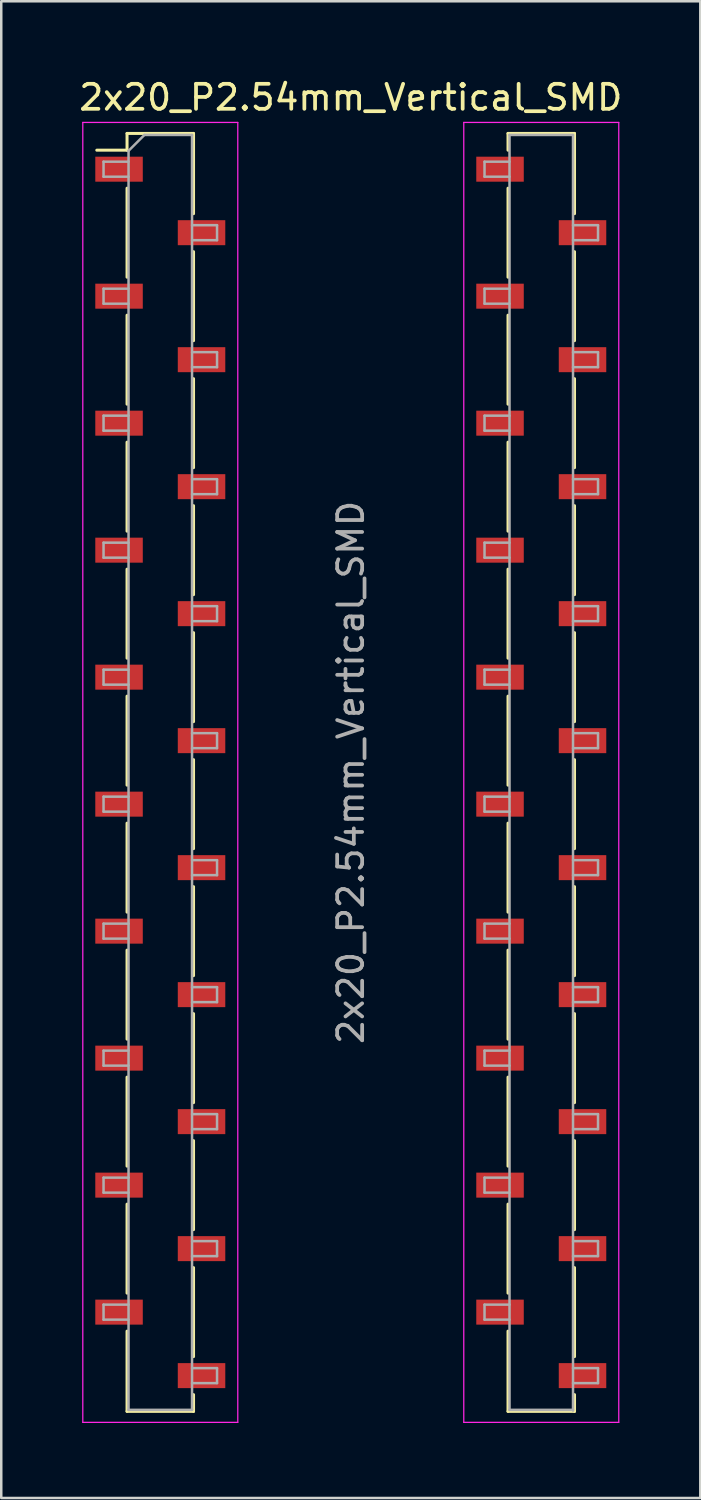
<source format=kicad_pcb>
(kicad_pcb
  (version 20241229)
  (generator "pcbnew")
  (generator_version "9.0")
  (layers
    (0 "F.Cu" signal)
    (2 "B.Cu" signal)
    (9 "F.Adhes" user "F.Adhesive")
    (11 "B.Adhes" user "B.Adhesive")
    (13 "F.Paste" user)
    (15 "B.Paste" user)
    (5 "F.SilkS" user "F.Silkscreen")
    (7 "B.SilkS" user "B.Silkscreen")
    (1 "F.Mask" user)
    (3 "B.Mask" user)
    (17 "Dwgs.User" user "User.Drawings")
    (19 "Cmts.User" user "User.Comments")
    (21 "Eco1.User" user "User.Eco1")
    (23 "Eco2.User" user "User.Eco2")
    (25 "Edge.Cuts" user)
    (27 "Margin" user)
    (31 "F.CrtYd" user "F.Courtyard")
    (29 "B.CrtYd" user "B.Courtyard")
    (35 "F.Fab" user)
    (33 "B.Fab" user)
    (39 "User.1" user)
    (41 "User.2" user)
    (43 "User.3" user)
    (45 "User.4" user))
  (footprint "2x20_P2.54mm_Vertical_SMD"
    (layer "F.Cu")
    (at 10.982 27.848)
    (property "Reference" "2x20_P2.54mm_Vertical_SMD" (at 0 -27 0) (layer "F.SilkS") (effects (font (size 1 1) (thickness 0.15))))
    (attr smd)
    (fp_line (start -10.16 -24.89) (end -8.95 -24.89) (stroke (width 0.12) (type solid)) (layer "F.SilkS"))
    (fp_line (start -8.95 -25.56) (end -8.95 -24.89) (stroke (width 0.12) (type solid)) (layer "F.SilkS"))
    (fp_line (start -8.95 -25.56) (end -6.29 -25.56) (stroke (width 0.12) (type solid)) (layer "F.SilkS"))
    (fp_line (start -8.95 -23.37) (end -8.95 -19.81) (stroke (width 0.12) (type solid)) (layer "F.SilkS"))
    (fp_line (start -8.95 -18.29) (end -8.95 -14.73) (stroke (width 0.12) (type solid)) (layer "F.SilkS"))
    (fp_line (start -8.95 -13.21) (end -8.95 -9.65) (stroke (width 0.12) (type solid)) (layer "F.SilkS"))
    (fp_line (start -8.95 -8.13) (end -8.95 -4.57) (stroke (width 0.12) (type solid)) (layer "F.SilkS"))
    (fp_line (start -8.95 -3.05) (end -8.95 0.51) (stroke (width 0.12) (type solid)) (layer "F.SilkS"))
    (fp_line (start -8.95 2.03) (end -8.95 5.59) (stroke (width 0.12) (type solid)) (layer "F.SilkS"))
    (fp_line (start -8.95 7.11) (end -8.95 10.67) (stroke (width 0.12) (type solid)) (layer "F.SilkS"))
    (fp_line (start -8.95 12.19) (end -8.95 15.75) (stroke (width 0.12) (type solid)) (layer "F.SilkS"))
    (fp_line (start -8.95 17.27) (end -8.95 20.83) (stroke (width 0.12) (type solid)) (layer "F.SilkS"))
    (fp_line (start -8.95 22.35) (end -8.95 25.56) (stroke (width 0.12) (type solid)) (layer "F.SilkS"))
    (fp_line (start -8.95 25.56) (end -6.29 25.56) (stroke (width 0.12) (type solid)) (layer "F.SilkS"))
    (fp_line (start -6.29 -25.56) (end -6.29 -22.35) (stroke (width 0.12) (type solid)) (layer "F.SilkS"))
    (fp_line (start -6.29 -20.83) (end -6.29 -17.27) (stroke (width 0.12) (type solid)) (layer "F.SilkS"))
    (fp_line (start -6.29 -15.75) (end -6.29 -12.19) (stroke (width 0.12) (type solid)) (layer "F.SilkS"))
    (fp_line (start -6.29 -10.67) (end -6.29 -7.11) (stroke (width 0.12) (type solid)) (layer "F.SilkS"))
    (fp_line (start -6.29 -5.59) (end -6.29 -2.03) (stroke (width 0.12) (type solid)) (layer "F.SilkS"))
    (fp_line (start -6.29 -0.51) (end -6.29 3.05) (stroke (width 0.12) (type solid)) (layer "F.SilkS"))
    (fp_line (start -6.29 4.57) (end -6.29 8.13) (stroke (width 0.12) (type solid)) (layer "F.SilkS"))
    (fp_line (start -6.29 9.65) (end -6.29 13.21) (stroke (width 0.12) (type solid)) (layer "F.SilkS"))
    (fp_line (start -6.29 14.73) (end -6.29 18.29) (stroke (width 0.12) (type solid)) (layer "F.SilkS"))
    (fp_line (start -6.29 19.81) (end -6.29 23.37) (stroke (width 0.12) (type solid)) (layer "F.SilkS"))
    (fp_line (start -6.29 24.89) (end -6.29 25.56) (stroke (width 0.12) (type solid)) (layer "F.SilkS"))
    (fp_line (start 6.29 -24.89) (end 6.29 -25.56) (stroke (width 0.12) (type solid)) (layer "F.SilkS"))
    (fp_line (start 6.29 -19.81) (end 6.29 -23.37) (stroke (width 0.12) (type solid)) (layer "F.SilkS"))
    (fp_line (start 6.29 -14.73) (end 6.29 -18.29) (stroke (width 0.12) (type solid)) (layer "F.SilkS"))
    (fp_line (start 6.29 -9.65) (end 6.29 -13.21) (stroke (width 0.12) (type solid)) (layer "F.SilkS"))
    (fp_line (start 6.29 -4.57) (end 6.29 -8.13) (stroke (width 0.12) (type solid)) (layer "F.SilkS"))
    (fp_line (start 6.29 0.51) (end 6.29 -3.05) (stroke (width 0.12) (type solid)) (layer "F.SilkS"))
    (fp_line (start 6.29 5.59) (end 6.29 2.03) (stroke (width 0.12) (type solid)) (layer "F.SilkS"))
    (fp_line (start 6.29 10.67) (end 6.29 7.11) (stroke (width 0.12) (type solid)) (layer "F.SilkS"))
    (fp_line (start 6.29 15.75) (end 6.29 12.19) (stroke (width 0.12) (type solid)) (layer "F.SilkS"))
    (fp_line (start 6.29 20.83) (end 6.29 17.27) (stroke (width 0.12) (type solid)) (layer "F.SilkS"))
    (fp_line (start 6.29 25.56) (end 6.29 22.35) (stroke (width 0.12) (type solid)) (layer "F.SilkS"))
    (fp_line (start 8.95 -25.56) (end 6.29 -25.56) (stroke (width 0.12) (type solid)) (layer "F.SilkS"))
    (fp_line (start 8.95 -22.35) (end 8.95 -25.56) (stroke (width 0.12) (type solid)) (layer "F.SilkS"))
    (fp_line (start 8.95 -17.27) (end 8.95 -20.83) (stroke (width 0.12) (type solid)) (layer "F.SilkS"))
    (fp_line (start 8.95 -12.19) (end 8.95 -15.75) (stroke (width 0.12) (type solid)) (layer "F.SilkS"))
    (fp_line (start 8.95 -7.11) (end 8.95 -10.67) (stroke (width 0.12) (type solid)) (layer "F.SilkS"))
    (fp_line (start 8.95 -2.03) (end 8.95 -5.59) (stroke (width 0.12) (type solid)) (layer "F.SilkS"))
    (fp_line (start 8.95 3.05) (end 8.95 -0.51) (stroke (width 0.12) (type solid)) (layer "F.SilkS"))
    (fp_line (start 8.95 8.13) (end 8.95 4.57) (stroke (width 0.12) (type solid)) (layer "F.SilkS"))
    (fp_line (start 8.95 13.21) (end 8.95 9.65) (stroke (width 0.12) (type solid)) (layer "F.SilkS"))
    (fp_line (start 8.95 18.29) (end 8.95 14.73) (stroke (width 0.12) (type solid)) (layer "F.SilkS"))
    (fp_line (start 8.95 23.37) (end 8.95 19.81) (stroke (width 0.12) (type solid)) (layer "F.SilkS"))
    (fp_line (start 8.95 25.56) (end 6.29 25.56) (stroke (width 0.12) (type solid)) (layer "F.SilkS"))
    (fp_line (start 8.95 25.56) (end 8.95 24.89) (stroke (width 0.12) (type solid)) (layer "F.SilkS"))
    (fp_line (start -10.72 -26) (end -4.52 -26) (stroke (width 0.05) (type solid)) (layer "F.CrtYd"))
    (fp_line (start -10.72 26) (end -10.72 -26) (stroke (width 0.05) (type solid)) (layer "F.CrtYd"))
    (fp_line (start -4.52 -26) (end -4.52 26) (stroke (width 0.05) (type solid)) (layer "F.CrtYd"))
    (fp_line (start -4.52 26) (end -10.72 26) (stroke (width 0.05) (type solid)) (layer "F.CrtYd"))
    (fp_line (start 4.52 -26) (end 10.72 -26) (stroke (width 0.05) (type solid)) (layer "F.CrtYd"))
    (fp_line (start 4.52 26) (end 4.52 -26) (stroke (width 0.05) (type solid)) (layer "F.CrtYd"))
    (fp_line (start 10.72 -26) (end 10.72 26) (stroke (width 0.05) (type solid)) (layer "F.CrtYd"))
    (fp_line (start 10.72 26) (end 4.52 26) (stroke (width 0.05) (type solid)) (layer "F.CrtYd"))
    (fp_line (start -9.89 -24.43) (end -8.89 -24.43) (stroke (width 0.1) (type solid)) (layer "F.Fab"))
    (fp_line (start -9.89 -23.83) (end -9.89 -24.43) (stroke (width 0.1) (type solid)) (layer "F.Fab"))
    (fp_line (start -9.89 -19.35) (end -8.89 -19.35) (stroke (width 0.1) (type solid)) (layer "F.Fab"))
    (fp_line (start -9.89 -18.75) (end -9.89 -19.35) (stroke (width 0.1) (type solid)) (layer "F.Fab"))
    (fp_line (start -9.89 -14.27) (end -8.89 -14.27) (stroke (width 0.1) (type solid)) (layer "F.Fab"))
    (fp_line (start -9.89 -13.67) (end -9.89 -14.27) (stroke (width 0.1) (type solid)) (layer "F.Fab"))
    (fp_line (start -9.89 -9.19) (end -8.89 -9.19) (stroke (width 0.1) (type solid)) (layer "F.Fab"))
    (fp_line (start -9.89 -8.59) (end -9.89 -9.19) (stroke (width 0.1) (type solid)) (layer "F.Fab"))
    (fp_line (start -9.89 -4.11) (end -8.89 -4.11) (stroke (width 0.1) (type solid)) (layer "F.Fab"))
    (fp_line (start -9.89 -3.51) (end -9.89 -4.11) (stroke (width 0.1) (type solid)) (layer "F.Fab"))
    (fp_line (start -9.89 0.97) (end -8.89 0.97) (stroke (width 0.1) (type solid)) (layer "F.Fab"))
    (fp_line (start -9.89 1.57) (end -9.89 0.97) (stroke (width 0.1) (type solid)) (layer "F.Fab"))
    (fp_line (start -9.89 6.05) (end -8.89 6.05) (stroke (width 0.1) (type solid)) (layer "F.Fab"))
    (fp_line (start -9.89 6.65) (end -9.89 6.05) (stroke (width 0.1) (type solid)) (layer "F.Fab"))
    (fp_line (start -9.89 11.13) (end -8.89 11.13) (stroke (width 0.1) (type solid)) (layer "F.Fab"))
    (fp_line (start -9.89 11.73) (end -9.89 11.13) (stroke (width 0.1) (type solid)) (layer "F.Fab"))
    (fp_line (start -9.89 16.21) (end -8.89 16.21) (stroke (width 0.1) (type solid)) (layer "F.Fab"))
    (fp_line (start -9.89 16.81) (end -9.89 16.21) (stroke (width 0.1) (type solid)) (layer "F.Fab"))
    (fp_line (start -9.89 21.29) (end -8.89 21.29) (stroke (width 0.1) (type solid)) (layer "F.Fab"))
    (fp_line (start -9.89 21.89) (end -9.89 21.29) (stroke (width 0.1) (type solid)) (layer "F.Fab"))
    (fp_line (start -8.89 -24.865) (end -8.255 -25.5) (stroke (width 0.1) (type solid)) (layer "F.Fab"))
    (fp_line (start -8.89 -23.83) (end -9.89 -23.83) (stroke (width 0.1) (type solid)) (layer "F.Fab"))
    (fp_line (start -8.89 -18.75) (end -9.89 -18.75) (stroke (width 0.1) (type solid)) (layer "F.Fab"))
    (fp_line (start -8.89 -13.67) (end -9.89 -13.67) (stroke (width 0.1) (type solid)) (layer "F.Fab"))
    (fp_line (start -8.89 -8.59) (end -9.89 -8.59) (stroke (width 0.1) (type solid)) (layer "F.Fab"))
    (fp_line (start -8.89 -3.51) (end -9.89 -3.51) (stroke (width 0.1) (type solid)) (layer "F.Fab"))
    (fp_line (start -8.89 1.57) (end -9.89 1.57) (stroke (width 0.1) (type solid)) (layer "F.Fab"))
    (fp_line (start -8.89 6.65) (end -9.89 6.65) (stroke (width 0.1) (type solid)) (layer "F.Fab"))
    (fp_line (start -8.89 11.73) (end -9.89 11.73) (stroke (width 0.1) (type solid)) (layer "F.Fab"))
    (fp_line (start -8.89 16.81) (end -9.89 16.81) (stroke (width 0.1) (type solid)) (layer "F.Fab"))
    (fp_line (start -8.89 21.89) (end -9.89 21.89) (stroke (width 0.1) (type solid)) (layer "F.Fab"))
    (fp_line (start -8.89 25.5) (end -8.89 -24.865) (stroke (width 0.1) (type solid)) (layer "F.Fab"))
    (fp_line (start -8.255 -25.5) (end -6.35 -25.5) (stroke (width 0.1) (type solid)) (layer "F.Fab"))
    (fp_line (start -6.35 -25.5) (end -6.35 25.5) (stroke (width 0.1) (type solid)) (layer "F.Fab"))
    (fp_line (start -6.35 -21.89) (end -5.35 -21.89) (stroke (width 0.1) (type solid)) (layer "F.Fab"))
    (fp_line (start -6.35 -16.81) (end -5.35 -16.81) (stroke (width 0.1) (type solid)) (layer "F.Fab"))
    (fp_line (start -6.35 -11.73) (end -5.35 -11.73) (stroke (width 0.1) (type solid)) (layer "F.Fab"))
    (fp_line (start -6.35 -6.65) (end -5.35 -6.65) (stroke (width 0.1) (type solid)) (layer "F.Fab"))
    (fp_line (start -6.35 -1.57) (end -5.35 -1.57) (stroke (width 0.1) (type solid)) (layer "F.Fab"))
    (fp_line (start -6.35 3.51) (end -5.35 3.51) (stroke (width 0.1) (type solid)) (layer "F.Fab"))
    (fp_line (start -6.35 8.59) (end -5.35 8.59) (stroke (width 0.1) (type solid)) (layer "F.Fab"))
    (fp_line (start -6.35 13.67) (end -5.35 13.67) (stroke (width 0.1) (type solid)) (layer "F.Fab"))
    (fp_line (start -6.35 18.75) (end -5.35 18.75) (stroke (width 0.1) (type solid)) (layer "F.Fab"))
    (fp_line (start -6.35 23.83) (end -5.35 23.83) (stroke (width 0.1) (type solid)) (layer "F.Fab"))
    (fp_line (start -6.35 25.5) (end -8.89 25.5) (stroke (width 0.1) (type solid)) (layer "F.Fab"))
    (fp_line (start -5.35 -21.89) (end -5.35 -21.29) (stroke (width 0.1) (type solid)) (layer "F.Fab"))
    (fp_line (start -5.35 -21.29) (end -6.35 -21.29) (stroke (width 0.1) (type solid)) (layer "F.Fab"))
    (fp_line (start -5.35 -16.81) (end -5.35 -16.21) (stroke (width 0.1) (type solid)) (layer "F.Fab"))
    (fp_line (start -5.35 -16.21) (end -6.35 -16.21) (stroke (width 0.1) (type solid)) (layer "F.Fab"))
    (fp_line (start -5.35 -11.73) (end -5.35 -11.13) (stroke (width 0.1) (type solid)) (layer "F.Fab"))
    (fp_line (start -5.35 -11.13) (end -6.35 -11.13) (stroke (width 0.1) (type solid)) (layer "F.Fab"))
    (fp_line (start -5.35 -6.65) (end -5.35 -6.05) (stroke (width 0.1) (type solid)) (layer "F.Fab"))
    (fp_line (start -5.35 -6.05) (end -6.35 -6.05) (stroke (width 0.1) (type solid)) (layer "F.Fab"))
    (fp_line (start -5.35 -1.57) (end -5.35 -0.97) (stroke (width 0.1) (type solid)) (layer "F.Fab"))
    (fp_line (start -5.35 -0.97) (end -6.35 -0.97) (stroke (width 0.1) (type solid)) (layer "F.Fab"))
    (fp_line (start -5.35 3.51) (end -5.35 4.11) (stroke (width 0.1) (type solid)) (layer "F.Fab"))
    (fp_line (start -5.35 4.11) (end -6.35 4.11) (stroke (width 0.1) (type solid)) (layer "F.Fab"))
    (fp_line (start -5.35 8.59) (end -5.35 9.19) (stroke (width 0.1) (type solid)) (layer "F.Fab"))
    (fp_line (start -5.35 9.19) (end -6.35 9.19) (stroke (width 0.1) (type solid)) (layer "F.Fab"))
    (fp_line (start -5.35 13.67) (end -5.35 14.27) (stroke (width 0.1) (type solid)) (layer "F.Fab"))
    (fp_line (start -5.35 14.27) (end -6.35 14.27) (stroke (width 0.1) (type solid)) (layer "F.Fab"))
    (fp_line (start -5.35 18.75) (end -5.35 19.35) (stroke (width 0.1) (type solid)) (layer "F.Fab"))
    (fp_line (start -5.35 19.35) (end -6.35 19.35) (stroke (width 0.1) (type solid)) (layer "F.Fab"))
    (fp_line (start -5.35 23.83) (end -5.35 24.43) (stroke (width 0.1) (type solid)) (layer "F.Fab"))
    (fp_line (start -5.35 24.43) (end -6.35 24.43) (stroke (width 0.1) (type solid)) (layer "F.Fab"))
    (fp_line (start 5.35 -24.43) (end 6.35 -24.43) (stroke (width 0.1) (type solid)) (layer "F.Fab"))
    (fp_line (start 5.35 -23.83) (end 5.35 -24.43) (stroke (width 0.1) (type solid)) (layer "F.Fab"))
    (fp_line (start 5.35 -19.35) (end 6.35 -19.35) (stroke (width 0.1) (type solid)) (layer "F.Fab"))
    (fp_line (start 5.35 -18.75) (end 5.35 -19.35) (stroke (width 0.1) (type solid)) (layer "F.Fab"))
    (fp_line (start 5.35 -14.27) (end 6.35 -14.27) (stroke (width 0.1) (type solid)) (layer "F.Fab"))
    (fp_line (start 5.35 -13.67) (end 5.35 -14.27) (stroke (width 0.1) (type solid)) (layer "F.Fab"))
    (fp_line (start 5.35 -9.19) (end 6.35 -9.19) (stroke (width 0.1) (type solid)) (layer "F.Fab"))
    (fp_line (start 5.35 -8.59) (end 5.35 -9.19) (stroke (width 0.1) (type solid)) (layer "F.Fab"))
    (fp_line (start 5.35 -4.11) (end 6.35 -4.11) (stroke (width 0.1) (type solid)) (layer "F.Fab"))
    (fp_line (start 5.35 -3.51) (end 5.35 -4.11) (stroke (width 0.1) (type solid)) (layer "F.Fab"))
    (fp_line (start 5.35 0.97) (end 6.35 0.97) (stroke (width 0.1) (type solid)) (layer "F.Fab"))
    (fp_line (start 5.35 1.57) (end 5.35 0.97) (stroke (width 0.1) (type solid)) (layer "F.Fab"))
    (fp_line (start 5.35 6.05) (end 6.35 6.05) (stroke (width 0.1) (type solid)) (layer "F.Fab"))
    (fp_line (start 5.35 6.65) (end 5.35 6.05) (stroke (width 0.1) (type solid)) (layer "F.Fab"))
    (fp_line (start 5.35 11.13) (end 6.35 11.13) (stroke (width 0.1) (type solid)) (layer "F.Fab"))
    (fp_line (start 5.35 11.73) (end 5.35 11.13) (stroke (width 0.1) (type solid)) (layer "F.Fab"))
    (fp_line (start 5.35 16.21) (end 6.35 16.21) (stroke (width 0.1) (type solid)) (layer "F.Fab"))
    (fp_line (start 5.35 16.81) (end 5.35 16.21) (stroke (width 0.1) (type solid)) (layer "F.Fab"))
    (fp_line (start 5.35 21.29) (end 6.35 21.29) (stroke (width 0.1) (type solid)) (layer "F.Fab"))
    (fp_line (start 5.35 21.89) (end 5.35 21.29) (stroke (width 0.1) (type solid)) (layer "F.Fab"))
    (fp_line (start 6.35 -25.5) (end 8.89 -25.5) (stroke (width 0.1) (type solid)) (layer "F.Fab"))
    (fp_line (start 6.35 -23.83) (end 5.35 -23.83) (stroke (width 0.1) (type solid)) (layer "F.Fab"))
    (fp_line (start 6.35 -18.75) (end 5.35 -18.75) (stroke (width 0.1) (type solid)) (layer "F.Fab"))
    (fp_line (start 6.35 -13.67) (end 5.35 -13.67) (stroke (width 0.1) (type solid)) (layer "F.Fab"))
    (fp_line (start 6.35 -8.59) (end 5.35 -8.59) (stroke (width 0.1) (type solid)) (layer "F.Fab"))
    (fp_line (start 6.35 -3.51) (end 5.35 -3.51) (stroke (width 0.1) (type solid)) (layer "F.Fab"))
    (fp_line (start 6.35 1.57) (end 5.35 1.57) (stroke (width 0.1) (type solid)) (layer "F.Fab"))
    (fp_line (start 6.35 6.65) (end 5.35 6.65) (stroke (width 0.1) (type solid)) (layer "F.Fab"))
    (fp_line (start 6.35 11.73) (end 5.35 11.73) (stroke (width 0.1) (type solid)) (layer "F.Fab"))
    (fp_line (start 6.35 16.81) (end 5.35 16.81) (stroke (width 0.1) (type solid)) (layer "F.Fab"))
    (fp_line (start 6.35 21.89) (end 5.35 21.89) (stroke (width 0.1) (type solid)) (layer "F.Fab"))
    (fp_line (start 6.35 25.5) (end 6.35 -25.5) (stroke (width 0.1) (type solid)) (layer "F.Fab"))
    (fp_line (start 8.89 -25.5) (end 8.89 25.527) (stroke (width 0.1) (type solid)) (layer "F.Fab"))
    (fp_line (start 8.89 -21.89) (end 9.89 -21.89) (stroke (width 0.1) (type solid)) (layer "F.Fab"))
    (fp_line (start 8.89 -16.81) (end 9.89 -16.81) (stroke (width 0.1) (type solid)) (layer "F.Fab"))
    (fp_line (start 8.89 -11.73) (end 9.89 -11.73) (stroke (width 0.1) (type solid)) (layer "F.Fab"))
    (fp_line (start 8.89 -6.65) (end 9.89 -6.65) (stroke (width 0.1) (type solid)) (layer "F.Fab"))
    (fp_line (start 8.89 -1.57) (end 9.89 -1.57) (stroke (width 0.1) (type solid)) (layer "F.Fab"))
    (fp_line (start 8.89 3.51) (end 9.89 3.51) (stroke (width 0.1) (type solid)) (layer "F.Fab"))
    (fp_line (start 8.89 8.59) (end 9.89 8.59) (stroke (width 0.1) (type solid)) (layer "F.Fab"))
    (fp_line (start 8.89 13.67) (end 9.89 13.67) (stroke (width 0.1) (type solid)) (layer "F.Fab"))
    (fp_line (start 8.89 18.75) (end 9.89 18.75) (stroke (width 0.1) (type solid)) (layer "F.Fab"))
    (fp_line (start 8.89 23.83) (end 9.89 23.83) (stroke (width 0.1) (type solid)) (layer "F.Fab"))
    (fp_line (start 8.89 25.5) (end 6.35 25.5) (stroke (width 0.1) (type solid)) (layer "F.Fab"))
    (fp_line (start 9.89 -21.89) (end 9.89 -21.29) (stroke (width 0.1) (type solid)) (layer "F.Fab"))
    (fp_line (start 9.89 -21.29) (end 8.89 -21.29) (stroke (width 0.1) (type solid)) (layer "F.Fab"))
    (fp_line (start 9.89 -16.81) (end 9.89 -16.21) (stroke (width 0.1) (type solid)) (layer "F.Fab"))
    (fp_line (start 9.89 -16.21) (end 8.89 -16.21) (stroke (width 0.1) (type solid)) (layer "F.Fab"))
    (fp_line (start 9.89 -11.73) (end 9.89 -11.13) (stroke (width 0.1) (type solid)) (layer "F.Fab"))
    (fp_line (start 9.89 -11.13) (end 8.89 -11.13) (stroke (width 0.1) (type solid)) (layer "F.Fab"))
    (fp_line (start 9.89 -6.65) (end 9.89 -6.05) (stroke (width 0.1) (type solid)) (layer "F.Fab"))
    (fp_line (start 9.89 -6.05) (end 8.89 -6.05) (stroke (width 0.1) (type solid)) (layer "F.Fab"))
    (fp_line (start 9.89 -1.57) (end 9.89 -0.97) (stroke (width 0.1) (type solid)) (layer "F.Fab"))
    (fp_line (start 9.89 -0.97) (end 8.89 -0.97) (stroke (width 0.1) (type solid)) (layer "F.Fab"))
    (fp_line (start 9.89 3.51) (end 9.89 4.11) (stroke (width 0.1) (type solid)) (layer "F.Fab"))
    (fp_line (start 9.89 4.11) (end 8.89 4.11) (stroke (width 0.1) (type solid)) (layer "F.Fab"))
    (fp_line (start 9.89 8.59) (end 9.89 9.19) (stroke (width 0.1) (type solid)) (layer "F.Fab"))
    (fp_line (start 9.89 9.19) (end 8.89 9.19) (stroke (width 0.1) (type solid)) (layer "F.Fab"))
    (fp_line (start 9.89 13.67) (end 9.89 14.27) (stroke (width 0.1) (type solid)) (layer "F.Fab"))
    (fp_line (start 9.89 14.27) (end 8.89 14.27) (stroke (width 0.1) (type solid)) (layer "F.Fab"))
    (fp_line (start 9.89 18.75) (end 9.89 19.35) (stroke (width 0.1) (type solid)) (layer "F.Fab"))
    (fp_line (start 9.89 19.35) (end 8.89 19.35) (stroke (width 0.1) (type solid)) (layer "F.Fab"))
    (fp_line (start 9.89 23.83) (end 9.89 24.43) (stroke (width 0.1) (type solid)) (layer "F.Fab"))
    (fp_line (start 9.89 24.43) (end 8.89 24.43) (stroke (width 0.1) (type solid)) (layer "F.Fab"))
    (fp_text user "${REFERENCE}" (at 0 0 90) (layer "F.Fab") (effects (font (size 1 1) (thickness 0.15))))
    (pad "1" smd rect (at -9.27 -24.13) (size 1.9 1) (layers "F.Cu" "F.Mask" "F.Paste"))
    (pad "2" smd rect (at -5.97 -21.59) (size 1.9 1) (layers "F.Cu" "F.Mask" "F.Paste"))
    (pad "3" smd rect (at -9.27 -19.05) (size 1.9 1) (layers "F.Cu" "F.Mask" "F.Paste"))
    (pad "4" smd rect (at -5.97 -16.51) (size 1.9 1) (layers "F.Cu" "F.Mask" "F.Paste"))
    (pad "5" smd rect (at -9.27 -13.97) (size 1.9 1) (layers "F.Cu" "F.Mask" "F.Paste"))
    (pad "6" smd rect (at -5.97 -11.43) (size 1.9 1) (layers "F.Cu" "F.Mask" "F.Paste"))
    (pad "7" smd rect (at -9.27 -8.89) (size 1.9 1) (layers "F.Cu" "F.Mask" "F.Paste"))
    (pad "8" smd rect (at -5.97 -6.35) (size 1.9 1) (layers "F.Cu" "F.Mask" "F.Paste"))
    (pad "9" smd rect (at -9.27 -3.81) (size 1.9 1) (layers "F.Cu" "F.Mask" "F.Paste"))
    (pad "10" smd rect (at -5.97 -1.27) (size 1.9 1) (layers "F.Cu" "F.Mask" "F.Paste"))
    (pad "11" smd rect (at -9.27 1.27) (size 1.9 1) (layers "F.Cu" "F.Mask" "F.Paste"))
    (pad "12" smd rect (at -5.97 3.81) (size 1.9 1) (layers "F.Cu" "F.Mask" "F.Paste"))
    (pad "13" smd rect (at -9.27 6.35) (size 1.9 1) (layers "F.Cu" "F.Mask" "F.Paste"))
    (pad "14" smd rect (at -5.97 8.89) (size 1.9 1) (layers "F.Cu" "F.Mask" "F.Paste"))
    (pad "15" smd rect (at -9.27 11.43) (size 1.9 1) (layers "F.Cu" "F.Mask" "F.Paste"))
    (pad "16" smd rect (at -5.97 13.97) (size 1.9 1) (layers "F.Cu" "F.Mask" "F.Paste"))
    (pad "17" smd rect (at -9.27 16.51) (size 1.9 1) (layers "F.Cu" "F.Mask" "F.Paste"))
    (pad "18" smd rect (at -5.97 19.05) (size 1.9 1) (layers "F.Cu" "F.Mask" "F.Paste"))
    (pad "19" smd rect (at -9.27 21.59) (size 1.9 1) (layers "F.Cu" "F.Mask" "F.Paste"))
    (pad "20" smd rect (at -5.97 24.13) (size 1.9 1) (layers "F.Cu" "F.Mask" "F.Paste"))
    (pad "21" smd rect (at 9.27 24.13 180) (size 1.9 1) (layers "F.Cu" "F.Mask" "F.Paste"))
    (pad "22" smd rect (at 5.97 21.59 180) (size 1.9 1) (layers "F.Cu" "F.Mask" "F.Paste"))
    (pad "23" smd rect (at 9.27 19.05 180) (size 1.9 1) (layers "F.Cu" "F.Mask" "F.Paste"))
    (pad "24" smd rect (at 5.97 16.51 180) (size 1.9 1) (layers "F.Cu" "F.Mask" "F.Paste"))
    (pad "25" smd rect (at 9.27 13.97 180) (size 1.9 1) (layers "F.Cu" "F.Mask" "F.Paste"))
    (pad "26" smd rect (at 5.97 11.43 180) (size 1.9 1) (layers "F.Cu" "F.Mask" "F.Paste"))
    (pad "27" smd rect (at 9.27 8.89 180) (size 1.9 1) (layers "F.Cu" "F.Mask" "F.Paste"))
    (pad "28" smd rect (at 5.97 6.35 180) (size 1.9 1) (layers "F.Cu" "F.Mask" "F.Paste"))
    (pad "29" smd rect (at 9.27 3.81 180) (size 1.9 1) (layers "F.Cu" "F.Mask" "F.Paste"))
    (pad "30" smd rect (at 5.97 1.27 180) (size 1.9 1) (layers "F.Cu" "F.Mask" "F.Paste"))
    (pad "31" smd rect (at 9.27 -1.27 180) (size 1.9 1) (layers "F.Cu" "F.Mask" "F.Paste"))
    (pad "32" smd rect (at 5.97 -3.81 180) (size 1.9 1) (layers "F.Cu" "F.Mask" "F.Paste"))
    (pad "33" smd rect (at 9.27 -6.35 180) (size 1.9 1) (layers "F.Cu" "F.Mask" "F.Paste"))
    (pad "34" smd rect (at 5.97 -8.89 180) (size 1.9 1) (layers "F.Cu" "F.Mask" "F.Paste"))
    (pad "35" smd rect (at 9.27 -11.43 180) (size 1.9 1) (layers "F.Cu" "F.Mask" "F.Paste"))
    (pad "36" smd rect (at 5.97 -13.97 180) (size 1.9 1) (layers "F.Cu" "F.Mask" "F.Paste"))
    (pad "37" smd rect (at 9.27 -16.51 180) (size 1.9 1) (layers "F.Cu" "F.Mask" "F.Paste"))
    (pad "38" smd rect (at 5.97 -19.05 180) (size 1.9 1) (layers "F.Cu" "F.Mask" "F.Paste"))
    (pad "39" smd rect (at 9.27 -21.59 180) (size 1.9 1) (layers "F.Cu" "F.Mask" "F.Paste"))
    (pad "40" smd rect (at 5.97 -24.13 180) (size 1.9 1) (layers "F.Cu" "F.Mask" "F.Paste")))
  (gr_rect
    (start -3 -3)
    (end 24.964 56.873)
    (stroke (width 0.1) (type default))
    (fill no)
    (layer "Edge.Cuts")))
</source>
